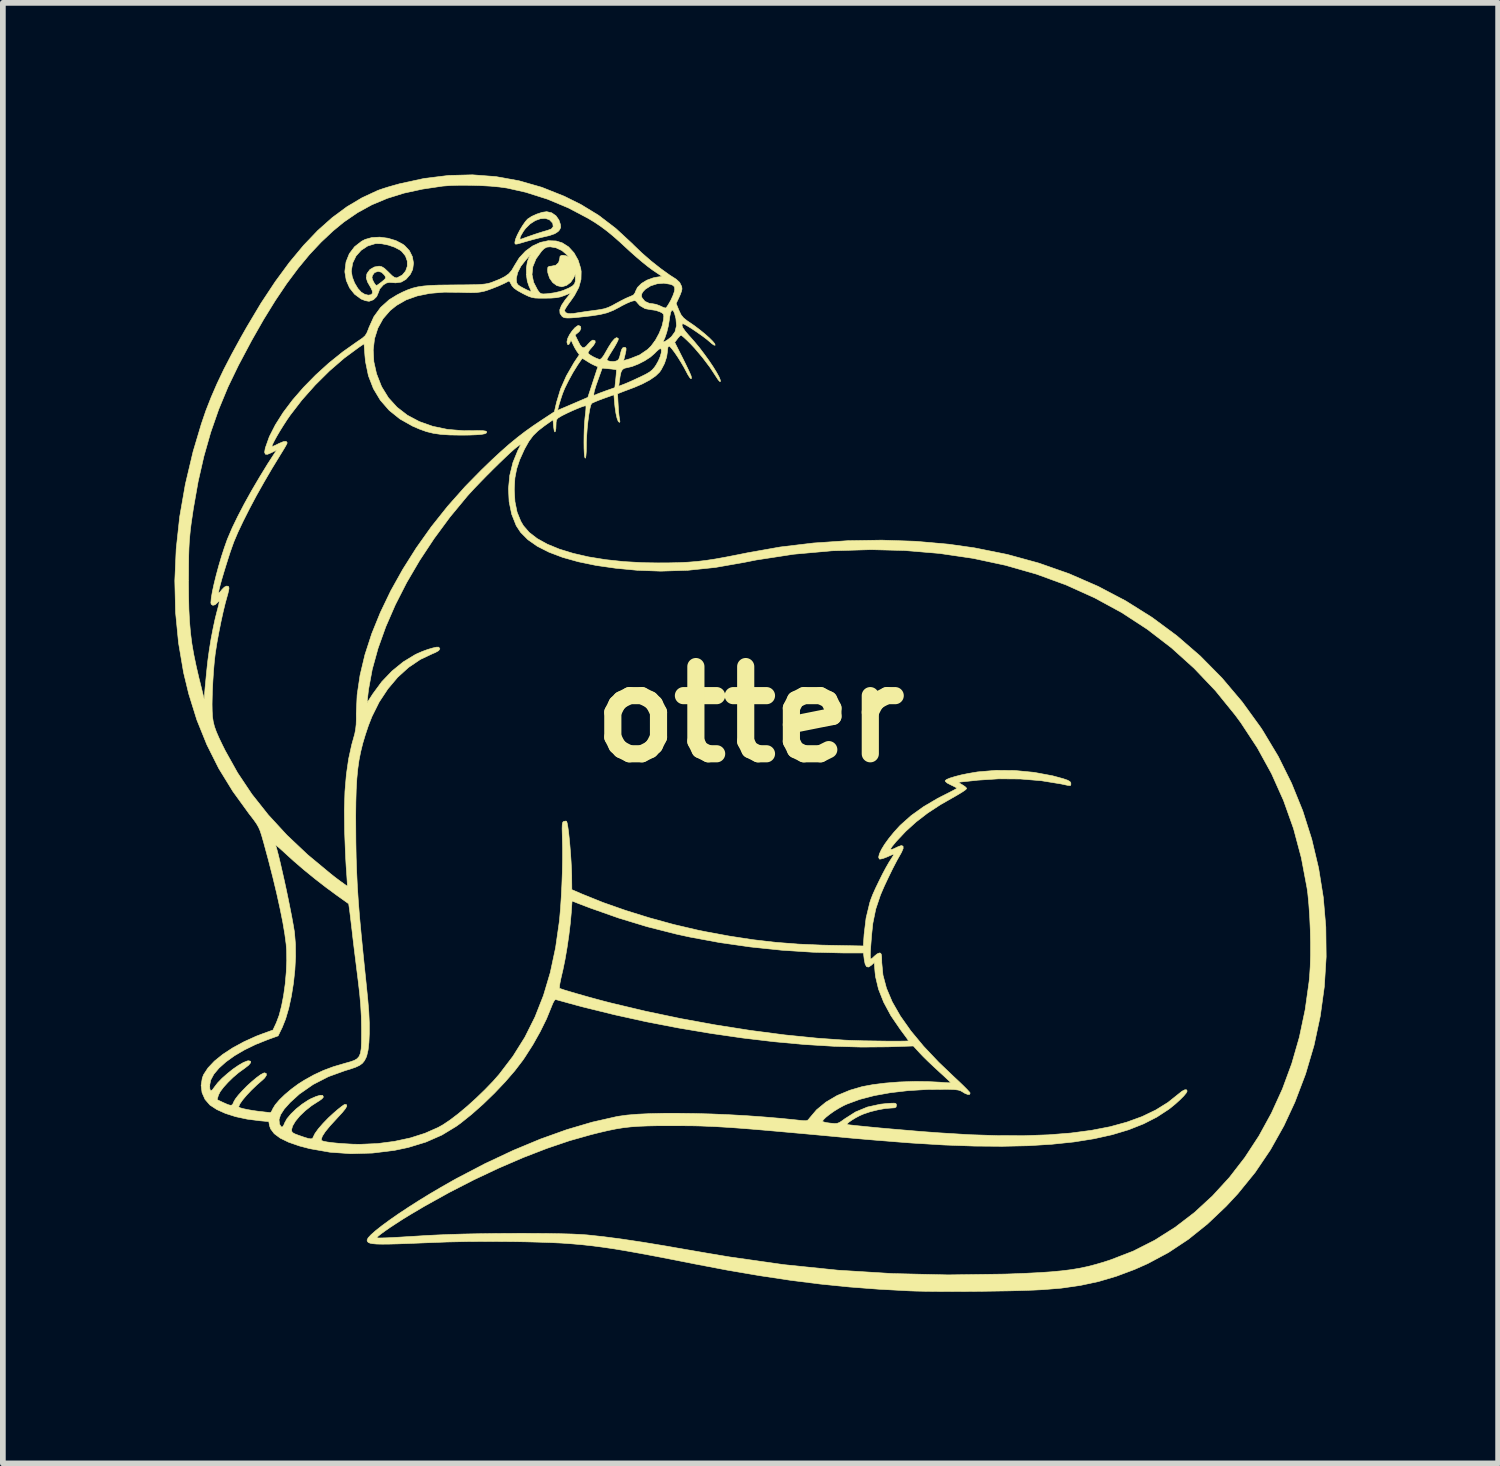
<source format=kicad_pcb>
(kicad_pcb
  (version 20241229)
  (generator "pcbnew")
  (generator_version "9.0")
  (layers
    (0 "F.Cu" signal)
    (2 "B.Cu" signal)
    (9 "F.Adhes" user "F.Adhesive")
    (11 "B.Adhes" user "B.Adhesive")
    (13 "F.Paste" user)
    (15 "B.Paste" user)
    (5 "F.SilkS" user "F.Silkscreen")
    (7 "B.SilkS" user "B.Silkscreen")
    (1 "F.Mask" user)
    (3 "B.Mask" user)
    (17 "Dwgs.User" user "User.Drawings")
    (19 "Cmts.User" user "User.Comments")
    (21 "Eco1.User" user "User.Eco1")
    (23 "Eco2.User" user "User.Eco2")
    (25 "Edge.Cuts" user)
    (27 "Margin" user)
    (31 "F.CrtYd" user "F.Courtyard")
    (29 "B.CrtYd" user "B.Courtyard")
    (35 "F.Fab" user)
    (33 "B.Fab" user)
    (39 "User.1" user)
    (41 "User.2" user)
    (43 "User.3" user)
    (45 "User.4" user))
  (footprint "otter"
    (layer "F.Cu")
    (at 10.054 9.433)
    (property "Reference" "otter" (at 0 0 0) (layer "F.SilkS") (effects (font (size 1.524 1.524) (thickness 0.3))))
    (attr through_hole)
    (fp_poly (pts (xy -3.465 -8.765) (xy -3.389 -8.713) (xy -3.337 -8.639) (xy -3.335 -8.634) (xy -3.31 -8.559) (xy -3.306 -8.508) (xy -3.325 -8.467) (xy -3.352 -8.436) (xy -3.409 -8.399) (xy -3.504 -8.366) (xy -3.569 -8.351) (xy -3.676 -8.326) (xy -3.798 -8.295) (xy -3.907 -8.264) (xy -3.908 -8.264) (xy -3.999 -8.237) (xy -4.057 -8.221) (xy -4.089 -8.216) (xy -4.103 -8.222) (xy -4.106 -8.237) (xy -4.106 -8.252) (xy -4.095 -8.303) (xy -4.088 -8.319) (xy -4.02 -8.319) (xy -4.009 -8.302) (xy -3.985 -8.308) (xy -3.948 -8.322) (xy -3.884 -8.345) (xy -3.803 -8.373) (xy -3.778 -8.382) (xy -3.69 -8.411) (xy -3.61 -8.436) (xy -3.551 -8.453) (xy -3.542 -8.455) (xy -3.469 -8.482) (xy -3.437 -8.522) (xy -3.444 -8.576) (xy -3.451 -8.589) (xy -3.503 -8.643) (xy -3.575 -8.667) (xy -3.659 -8.661) (xy -3.749 -8.629) (xy -3.838 -8.572) (xy -3.919 -8.492) (xy -3.956 -8.443) (xy -4.002 -8.365) (xy -4.02 -8.319) (xy -4.088 -8.319) (xy -4.064 -8.376) (xy -4.021 -8.459) (xy -3.971 -8.542) (xy -3.922 -8.612) (xy -3.884 -8.655) (xy -3.814 -8.701) (xy -3.723 -8.742) (xy -3.629 -8.773) (xy -3.55 -8.784) (xy -3.465 -8.765)) (stroke (width 0.01) (type solid)) (fill yes) (layer "F.SilkS"))
    (fp_poly (pts (xy -6.324 -8.32) (xy -6.185 -8.278) (xy -6.063 -8.214) (xy -6.034 -8.192) (xy -5.95 -8.103) (xy -5.898 -7.998) (xy -5.878 -7.886) (xy -5.892 -7.775) (xy -5.934 -7.688) (xy -6.01 -7.601) (xy -6.093 -7.553) (xy -6.191 -7.54) (xy -6.229 -7.543) (xy -6.3 -7.548) (xy -6.349 -7.538) (xy -6.396 -7.51) (xy -6.406 -7.503) (xy -6.469 -7.432) (xy -6.489 -7.376) (xy -6.521 -7.301) (xy -6.578 -7.245) (xy -6.649 -7.219) (xy -6.665 -7.219) (xy -6.72 -7.229) (xy -6.785 -7.254) (xy -6.797 -7.26) (xy -6.908 -7.342) (xy -6.995 -7.452) (xy -7.053 -7.583) (xy -7.077 -7.726) (xy -7.077 -7.741) (xy -6.964 -7.741) (xy -6.948 -7.644) (xy -6.908 -7.539) (xy -6.85 -7.442) (xy -6.791 -7.377) (xy -6.73 -7.34) (xy -6.668 -7.325) (xy -6.619 -7.333) (xy -6.595 -7.359) (xy -6.598 -7.4) (xy -6.624 -7.457) (xy -6.632 -7.47) (xy -6.681 -7.555) (xy -6.702 -7.623) (xy -6.7 -7.637) (xy -6.604 -7.637) (xy -6.595 -7.598) (xy -6.572 -7.55) (xy -6.546 -7.51) (xy -6.525 -7.493) (xy -6.504 -7.505) (xy -6.462 -7.536) (xy -6.433 -7.558) (xy -6.385 -7.598) (xy -6.365 -7.624) (xy -6.37 -7.649) (xy -6.385 -7.675) (xy -6.436 -7.725) (xy -6.497 -7.741) (xy -6.554 -7.721) (xy -6.563 -7.714) (xy -6.594 -7.671) (xy -6.604 -7.637) (xy -6.7 -7.637) (xy -6.696 -7.684) (xy -6.688 -7.707) (xy -6.639 -7.773) (xy -6.563 -7.817) (xy -6.479 -7.832) (xy -6.434 -7.823) (xy -6.386 -7.794) (xy -6.325 -7.737) (xy -6.311 -7.723) (xy -6.251 -7.664) (xy -6.208 -7.634) (xy -6.175 -7.627) (xy -6.164 -7.629) (xy -6.075 -7.676) (xy -6.016 -7.746) (xy -5.986 -7.831) (xy -5.987 -7.922) (xy -6.019 -8.011) (xy -6.084 -8.09) (xy -6.119 -8.116) (xy -6.211 -8.164) (xy -6.321 -8.201) (xy -6.432 -8.223) (xy -6.529 -8.227) (xy -6.546 -8.225) (xy -6.679 -8.184) (xy -6.793 -8.109) (xy -6.882 -8.009) (xy -6.941 -7.887) (xy -6.964 -7.753) (xy -6.964 -7.741) (xy -7.077 -7.741) (xy -7.077 -7.747) (xy -7.057 -7.906) (xy -7 -8.049) (xy -6.908 -8.171) (xy -6.785 -8.267) (xy -6.723 -8.299) (xy -6.605 -8.332) (xy -6.468 -8.339) (xy -6.324 -8.32)) (stroke (width 0.01) (type solid)) (fill yes) (layer "F.SilkS"))
    (fp_poly (pts (xy -4.438 -9.397) (xy -4.034 -9.324) (xy -3.636 -9.21) (xy -3.244 -9.054) (xy -2.951 -8.908) (xy -2.643 -8.72) (xy -2.343 -8.491) (xy -2.052 -8.222) (xy -2.032 -8.201) (xy -1.887 -8.062) (xy -1.726 -7.922) (xy -1.559 -7.79) (xy -1.399 -7.675) (xy -1.288 -7.604) (xy -1.227 -7.548) (xy -1.191 -7.475) (xy -1.186 -7.434) (xy -1.194 -7.395) (xy -1.216 -7.335) (xy -1.237 -7.288) (xy -1.288 -7.179) (xy -1.239 -7.059) (xy -1.203 -6.983) (xy -1.159 -6.928) (xy -1.094 -6.876) (xy -1.077 -6.865) (xy -0.976 -6.796) (xy -0.878 -6.722) (xy -0.787 -6.648) (xy -0.709 -6.579) (xy -0.649 -6.519) (xy -0.613 -6.475) (xy -0.607 -6.45) (xy -0.627 -6.452) (xy -0.666 -6.479) (xy -0.696 -6.505) (xy -0.75 -6.551) (xy -0.829 -6.611) (xy -0.921 -6.676) (xy -1.014 -6.739) (xy -1.097 -6.79) (xy -1.138 -6.813) (xy -1.173 -6.827) (xy -1.184 -6.813) (xy -1.185 -6.793) (xy -1.17 -6.754) (xy -1.129 -6.695) (xy -1.067 -6.622) (xy -1.05 -6.604) (xy -0.968 -6.511) (xy -0.881 -6.406) (xy -0.796 -6.294) (xy -0.715 -6.182) (xy -0.643 -6.075) (xy -0.583 -5.978) (xy -0.539 -5.898) (xy -0.516 -5.84) (xy -0.514 -5.815) (xy -0.528 -5.817) (xy -0.556 -5.849) (xy -0.584 -5.892) (xy -0.695 -6.061) (xy -0.827 -6.236) (xy -0.965 -6.399) (xy -1.033 -6.472) (xy -1.098 -6.536) (xy -1.153 -6.587) (xy -1.19 -6.618) (xy -1.202 -6.625) (xy -1.225 -6.61) (xy -1.259 -6.572) (xy -1.266 -6.562) (xy -1.313 -6.5) (xy -1.176 -6.229) (xy -1.126 -6.128) (xy -1.082 -6.037) (xy -1.048 -5.964) (xy -1.029 -5.918) (xy -1.026 -5.911) (xy -1.02 -5.871) (xy -1.03 -5.864) (xy -1.053 -5.888) (xy -1.085 -5.939) (xy -1.107 -5.981) (xy -1.151 -6.064) (xy -1.204 -6.154) (xy -1.259 -6.242) (xy -1.313 -6.322) (xy -1.361 -6.385) (xy -1.396 -6.425) (xy -1.412 -6.435) (xy -1.432 -6.415) (xy -1.439 -6.357) (xy -1.439 -6.35) (xy -1.454 -6.246) (xy -1.492 -6.131) (xy -1.549 -6.022) (xy -1.577 -5.981) (xy -1.646 -5.914) (xy -1.749 -5.843) (xy -1.879 -5.774) (xy -2.028 -5.71) (xy -2.043 -5.705) (xy -2.125 -5.674) (xy -2.2 -5.646) (xy -2.251 -5.626) (xy -2.251 -5.626) (xy -2.312 -5.602) (xy -2.301 -5.399) (xy -2.295 -5.305) (xy -2.287 -5.223) (xy -2.279 -5.165) (xy -2.275 -5.149) (xy -2.271 -5.112) (xy -2.28 -5.101) (xy -2.301 -5.121) (xy -2.322 -5.177) (xy -2.341 -5.262) (xy -2.357 -5.371) (xy -2.362 -5.422) (xy -2.376 -5.584) (xy -2.559 -5.519) (xy -2.642 -5.488) (xy -2.712 -5.459) (xy -2.757 -5.438) (xy -2.766 -5.431) (xy -2.782 -5.398) (xy -2.798 -5.33) (xy -2.814 -5.236) (xy -2.829 -5.123) (xy -2.842 -5) (xy -2.851 -4.875) (xy -2.857 -4.755) (xy -2.857 -4.697) (xy -2.859 -4.587) (xy -2.865 -4.513) (xy -2.873 -4.479) (xy -2.879 -4.477) (xy -2.888 -4.503) (xy -2.894 -4.563) (xy -2.898 -4.649) (xy -2.899 -4.753) (xy -2.898 -4.867) (xy -2.895 -4.982) (xy -2.889 -5.091) (xy -2.881 -5.185) (xy -2.877 -5.218) (xy -2.868 -5.297) (xy -2.864 -5.357) (xy -2.865 -5.39) (xy -2.866 -5.392) (xy -2.89 -5.389) (xy -2.942 -5.372) (xy -3.015 -5.343) (xy -3.099 -5.307) (xy -3.184 -5.268) (xy -3.263 -5.229) (xy -3.297 -5.211) (xy -3.351 -5.178) (xy -3.378 -5.147) (xy -3.386 -5.103) (xy -3.387 -5.069) (xy -3.39 -4.992) (xy -3.398 -4.946) (xy -3.409 -4.935) (xy -3.42 -4.961) (xy -3.429 -5.023) (xy -3.44 -5.147) (xy -3.59 -5.041) (xy -3.701 -4.955) (xy -3.788 -4.87) (xy -3.862 -4.77) (xy -3.933 -4.644) (xy -3.943 -4.624) (xy -4.022 -4.449) (xy -4.075 -4.29) (xy -4.106 -4.13) (xy -4.116 -3.957) (xy -4.117 -3.926) (xy -4.105 -3.716) (xy -4.068 -3.534) (xy -4.004 -3.376) (xy -3.958 -3.297) (xy -3.856 -3.179) (xy -3.716 -3.071) (xy -3.539 -2.973) (xy -3.329 -2.887) (xy -3.088 -2.813) (xy -2.818 -2.751) (xy -2.522 -2.703) (xy -2.203 -2.669) (xy -1.863 -2.65) (xy -1.609 -2.646) (xy -1.412 -2.647) (xy -1.237 -2.651) (xy -1.078 -2.659) (xy -0.925 -2.671) (xy -0.771 -2.689) (xy -0.606 -2.714) (xy -0.423 -2.747) (xy -0.213 -2.788) (xy -0.034 -2.824) (xy 0.53 -2.924) (xy 1.114 -2.994) (xy 1.708 -3.034) (xy 2.304 -3.044) (xy 2.896 -3.024) (xy 3.473 -2.973) (xy 3.926 -2.909) (xy 4.498 -2.794) (xy 5.049 -2.643) (xy 5.579 -2.457) (xy 6.086 -2.236) (xy 6.569 -1.982) (xy 7.028 -1.694) (xy 7.462 -1.373) (xy 7.87 -1.02) (xy 8.25 -0.635) (xy 8.602 -0.219) (xy 8.926 0.228) (xy 8.964 0.286) (xy 9.234 0.736) (xy 9.466 1.204) (xy 9.662 1.687) (xy 9.819 2.182) (xy 9.939 2.688) (xy 10.021 3.2) (xy 10.065 3.718) (xy 10.071 4.237) (xy 10.039 4.757) (xy 9.968 5.273) (xy 9.859 5.784) (xy 9.711 6.286) (xy 9.524 6.778) (xy 9.333 7.189) (xy 9.097 7.61) (xy 8.83 8.005) (xy 8.527 8.378) (xy 8.32 8.6) (xy 7.996 8.907) (xy 7.662 9.175) (xy 7.315 9.405) (xy 6.952 9.599) (xy 6.72 9.702) (xy 6.404 9.82) (xy 6.093 9.912) (xy 5.775 9.98) (xy 5.439 10.028) (xy 5.122 10.054) (xy 4.96 10.062) (xy 4.762 10.069) (xy 4.539 10.075) (xy 4.296 10.079) (xy 4.043 10.083) (xy 3.788 10.085) (xy 3.537 10.086) (xy 3.299 10.085) (xy 3.083 10.083) (xy 2.895 10.079) (xy 2.786 10.075) (xy 2.263 10.047) (xy 1.747 10.008) (xy 1.231 9.956) (xy 0.708 9.89) (xy 0.169 9.809) (xy -0.393 9.713) (xy -0.986 9.6) (xy -0.994 9.598) (xy -1.329 9.532) (xy -1.627 9.474) (xy -1.894 9.424) (xy -2.134 9.381) (xy -2.353 9.344) (xy -2.555 9.314) (xy -2.745 9.289) (xy -2.928 9.269) (xy -3.11 9.253) (xy -3.294 9.24) (xy -3.487 9.231) (xy -3.692 9.224) (xy -3.916 9.218) (xy -4.149 9.214) (xy -4.545 9.211) (xy -4.919 9.213) (xy -5.291 9.221) (xy -5.681 9.236) (xy -5.731 9.238) (xy -5.959 9.247) (xy -6.149 9.254) (xy -6.303 9.258) (xy -6.425 9.259) (xy -6.52 9.257) (xy -6.589 9.251) (xy -6.637 9.242) (xy -6.667 9.229) (xy -6.683 9.212) (xy -6.689 9.191) (xy -6.689 9.187) (xy -6.671 9.149) (xy -6.619 9.093) (xy -6.537 9.021) (xy -6.428 8.935) (xy -6.296 8.838) (xy -6.144 8.732) (xy -5.975 8.62) (xy -5.792 8.503) (xy -5.6 8.385) (xy -5.4 8.267) (xy -5.198 8.152) (xy -5.128 8.113) (xy -4.627 7.851) (xy -4.137 7.621) (xy -3.661 7.423) (xy -3.2 7.258) (xy -2.756 7.127) (xy -2.333 7.031) (xy -2.288 7.023) (xy -2.143 7.003) (xy -1.961 6.988) (xy -1.747 6.978) (xy -1.505 6.972) (xy -1.241 6.972) (xy -0.96 6.976) (xy -0.665 6.984) (xy -0.362 6.997) (xy -0.057 7.014) (xy 0.247 7.036) (xy 0.544 7.061) (xy 0.83 7.09) (xy 0.836 7.091) (xy 0.921 7.1) (xy 0.974 7.102) (xy 1.005 7.096) (xy 1.025 7.08) (xy 1.037 7.063) (xy 1.165 6.912) (xy 1.329 6.777) (xy 1.524 6.662) (xy 1.748 6.569) (xy 1.963 6.506) (xy 2.151 6.471) (xy 2.368 6.444) (xy 2.604 6.425) (xy 2.848 6.416) (xy 3.088 6.417) (xy 3.312 6.428) (xy 3.35 6.431) (xy 3.426 6.437) (xy 3.482 6.439) (xy 3.508 6.436) (xy 3.509 6.434) (xy 3.492 6.416) (xy 3.449 6.376) (xy 3.387 6.318) (xy 3.311 6.249) (xy 3.291 6.23) (xy 3.2 6.146) (xy 3.108 6.059) (xy 3.027 5.979) (xy 2.968 5.917) (xy 2.857 5.796) (xy 2.408 5.811) (xy 1.954 5.815) (xy 1.468 5.801) (xy 0.956 5.77) (xy 0.422 5.721) (xy -0.127 5.656) (xy -0.687 5.575) (xy -1.252 5.48) (xy -1.816 5.371) (xy -2.373 5.248) (xy -2.92 5.113) (xy -3.014 5.088) (xy -3.132 5.056) (xy -3.236 5.027) (xy -3.32 5.004) (xy -3.375 4.989) (xy -3.395 4.983) (xy -3.413 4.996) (xy -3.439 5.042) (xy -3.468 5.111) (xy -3.47 5.117) (xy -3.554 5.323) (xy -3.664 5.546) (xy -3.792 5.774) (xy -3.934 5.996) (xy -3.969 6.047) (xy -4.108 6.229) (xy -4.275 6.422) (xy -4.462 6.619) (xy -4.66 6.811) (xy -4.862 6.99) (xy -5.058 7.147) (xy -5.133 7.201) (xy -5.382 7.352) (xy -5.662 7.475) (xy -5.97 7.569) (xy -6.212 7.62) (xy -6.594 7.667) (xy -6.972 7.678) (xy -7.339 7.652) (xy -7.691 7.59) (xy -7.874 7.542) (xy -8.061 7.477) (xy -8.207 7.406) (xy -8.312 7.328) (xy -8.375 7.244) (xy -8.394 7.188) (xy -8.407 7.117) (xy -8.569 7.102) (xy -8.714 7.083) (xy -8.228 7.083) (xy -8.22 7.157) (xy -8.217 7.165) (xy -8.191 7.208) (xy -8.167 7.211) (xy -8.143 7.174) (xy -8.13 7.141) (xy -8.089 7.067) (xy -8.019 6.983) (xy -7.928 6.895) (xy -7.825 6.813) (xy -7.72 6.744) (xy -7.674 6.719) (xy -7.578 6.677) (xy -7.508 6.657) (xy -7.465 6.659) (xy -7.454 6.684) (xy -7.456 6.694) (xy -7.479 6.72) (xy -7.525 6.754) (xy -7.541 6.763) (xy -7.659 6.839) (xy -7.77 6.927) (xy -7.866 7.019) (xy -7.942 7.111) (xy -7.991 7.194) (xy -8.008 7.255) (xy -8.006 7.287) (xy -7.989 7.311) (xy -7.949 7.333) (xy -7.885 7.357) (xy -7.783 7.392) (xy -7.714 7.413) (xy -7.671 7.419) (xy -7.646 7.413) (xy -7.633 7.395) (xy -7.631 7.388) (xy -7.599 7.324) (xy -7.54 7.242) (xy -7.459 7.149) (xy -7.364 7.051) (xy -7.276 6.97) (xy -7.203 6.907) (xy -7.14 6.857) (xy -7.095 6.825) (xy -7.076 6.816) (xy -7.047 6.823) (xy -7.044 6.847) (xy -7.068 6.891) (xy -7.121 6.957) (xy -7.205 7.048) (xy -7.221 7.066) (xy -7.336 7.191) (xy -7.42 7.293) (xy -7.471 7.372) (xy -7.489 7.426) (xy -7.482 7.449) (xy -7.45 7.461) (xy -7.384 7.474) (xy -7.292 7.486) (xy -7.181 7.497) (xy -7.061 7.505) (xy -6.938 7.512) (xy -6.821 7.514) (xy -6.808 7.514) (xy -6.506 7.501) (xy -6.213 7.463) (xy -5.934 7.403) (xy -5.677 7.321) (xy -5.448 7.22) (xy -5.362 7.172) (xy -5.237 7.088) (xy -5.093 6.978) (xy -4.939 6.849) (xy -4.781 6.706) (xy -4.628 6.558) (xy -4.487 6.412) (xy -4.38 6.29) (xy -4.14 5.975) (xy -3.932 5.643) (xy -3.755 5.289) (xy -3.607 4.913) (xy -3.562 4.763) (xy -3.328 4.763) (xy -3.327 4.787) (xy -3.302 4.797) (xy -3.243 4.817) (xy -3.156 4.843) (xy -3.048 4.875) (xy -2.925 4.91) (xy -2.794 4.947) (xy -2.662 4.983) (xy -2.535 5.017) (xy -2.421 5.046) (xy -1.824 5.188) (xy -1.214 5.316) (xy -0.6 5.428) (xy 0.011 5.524) (xy 0.608 5.602) (xy 1.185 5.66) (xy 1.651 5.693) (xy 1.743 5.697) (xy 1.857 5.701) (xy 1.985 5.705) (xy 2.122 5.707) (xy 2.26 5.709) (xy 2.395 5.711) (xy 2.518 5.711) (xy 2.624 5.711) (xy 2.706 5.71) (xy 2.757 5.708) (xy 2.773 5.705) (xy 2.761 5.686) (xy 2.729 5.641) (xy 2.681 5.576) (xy 2.629 5.506) (xy 2.465 5.266) (xy 2.338 5.03) (xy 2.248 4.802) (xy 2.196 4.584) (xy 2.187 4.503) (xy 2.174 4.338) (xy 2.125 4.383) (xy 2.077 4.416) (xy 2.041 4.411) (xy 2.015 4.367) (xy 1.999 4.288) (xy 1.985 4.17) (xy 1.622 4.17) (xy 1.097 4.157) (xy 0.555 4.122) (xy 0.009 4.065) (xy -0.53 3.988) (xy -1.048 3.892) (xy -1.287 3.84) (xy -1.795 3.711) (xy -2.292 3.56) (xy -2.794 3.383) (xy -2.998 3.305) (xy -3.107 3.262) (xy -3.121 3.467) (xy -3.138 3.654) (xy -3.163 3.862) (xy -3.194 4.075) (xy -3.229 4.28) (xy -3.266 4.462) (xy -3.282 4.53) (xy -3.304 4.626) (xy -3.32 4.706) (xy -3.328 4.763) (xy -3.562 4.763) (xy -3.487 4.51) (xy -3.395 4.079) (xy -3.329 3.617) (xy -3.324 3.567) (xy -3.309 3.394) (xy -3.296 3.192) (xy -3.285 2.974) (xy -3.277 2.75) (xy -3.273 2.535) (xy -3.273 2.339) (xy -3.276 2.207) (xy -3.279 2.083) (xy -3.281 1.994) (xy -3.279 1.935) (xy -3.274 1.899) (xy -3.265 1.88) (xy -3.251 1.871) (xy -3.215 1.865) (xy -3.203 1.87) (xy -3.193 1.899) (xy -3.181 1.964) (xy -3.168 2.057) (xy -3.156 2.172) (xy -3.144 2.301) (xy -3.133 2.438) (xy -3.124 2.575) (xy -3.117 2.706) (xy -3.113 2.823) (xy -3.113 2.86) (xy -3.111 3.064) (xy -2.932 3.141) (xy -2.567 3.288) (xy -2.171 3.427) (xy -1.756 3.556) (xy -1.334 3.672) (xy -0.915 3.77) (xy -0.783 3.797) (xy -0.355 3.876) (xy 0.05 3.938) (xy 0.445 3.984) (xy 0.843 4.015) (xy 1.259 4.033) (xy 1.388 4.036) (xy 1.983 4.048) (xy 1.996 3.85) (xy 2.031 3.559) (xy 2.096 3.29) (xy 2.116 3.23) (xy 2.149 3.145) (xy 2.198 3.036) (xy 2.257 2.914) (xy 2.319 2.789) (xy 2.38 2.675) (xy 2.434 2.581) (xy 2.458 2.544) (xy 2.492 2.491) (xy 2.514 2.455) (xy 2.519 2.445) (xy 2.501 2.448) (xy 2.456 2.466) (xy 2.403 2.49) (xy 2.337 2.516) (xy 2.286 2.529) (xy 2.263 2.529) (xy 2.25 2.497) (xy 2.263 2.44) (xy 2.299 2.363) (xy 2.355 2.271) (xy 2.429 2.169) (xy 2.517 2.061) (xy 2.615 1.953) (xy 2.634 1.934) (xy 2.818 1.77) (xy 3.037 1.613) (xy 3.283 1.468) (xy 3.413 1.402) (xy 3.496 1.36) (xy 3.563 1.325) (xy 3.607 1.3) (xy 3.619 1.291) (xy 3.601 1.278) (xy 3.555 1.254) (xy 3.511 1.233) (xy 3.449 1.201) (xy 3.416 1.172) (xy 3.413 1.159) (xy 3.439 1.138) (xy 3.499 1.113) (xy 3.588 1.086) (xy 3.697 1.058) (xy 3.82 1.033) (xy 3.95 1.011) (xy 3.981 1.006) (xy 4.3 0.979) (xy 4.633 0.982) (xy 4.967 1.014) (xy 5.29 1.074) (xy 5.477 1.125) (xy 5.552 1.151) (xy 5.593 1.174) (xy 5.609 1.199) (xy 5.609 1.207) (xy 5.609 1.23) (xy 5.605 1.242) (xy 5.587 1.245) (xy 5.548 1.24) (xy 5.479 1.225) (xy 5.436 1.216) (xy 5.092 1.16) (xy 4.727 1.13) (xy 4.351 1.127) (xy 3.979 1.151) (xy 3.958 1.154) (xy 3.852 1.165) (xy 3.76 1.175) (xy 3.691 1.182) (xy 3.655 1.186) (xy 3.651 1.186) (xy 3.655 1.195) (xy 3.687 1.217) (xy 3.709 1.229) (xy 3.758 1.261) (xy 3.786 1.289) (xy 3.788 1.297) (xy 3.771 1.317) (xy 3.723 1.351) (xy 3.653 1.394) (xy 3.593 1.429) (xy 3.332 1.578) (xy 3.106 1.726) (xy 2.906 1.88) (xy 2.725 2.044) (xy 2.555 2.225) (xy 2.541 2.242) (xy 2.485 2.31) (xy 2.46 2.35) (xy 2.467 2.364) (xy 2.508 2.352) (xy 2.583 2.317) (xy 2.59 2.313) (xy 2.647 2.293) (xy 2.677 2.304) (xy 2.679 2.344) (xy 2.651 2.41) (xy 2.64 2.43) (xy 2.571 2.552) (xy 2.495 2.698) (xy 2.419 2.854) (xy 2.348 3.005) (xy 2.291 3.137) (xy 2.28 3.164) (xy 2.2 3.403) (xy 2.149 3.652) (xy 2.128 3.852) (xy 2.12 3.955) (xy 2.112 4.06) (xy 2.106 4.145) (xy 2.106 4.154) (xy 2.104 4.219) (xy 2.107 4.263) (xy 2.114 4.276) (xy 2.138 4.262) (xy 2.176 4.227) (xy 2.18 4.223) (xy 2.225 4.186) (xy 2.265 4.17) (xy 2.267 4.17) (xy 2.286 4.175) (xy 2.297 4.196) (xy 2.303 4.24) (xy 2.305 4.318) (xy 2.305 4.338) (xy 2.326 4.557) (xy 2.387 4.786) (xy 2.488 5.025) (xy 2.63 5.273) (xy 2.813 5.532) (xy 3.036 5.801) (xy 3.3 6.08) (xy 3.564 6.332) (xy 3.654 6.416) (xy 3.733 6.492) (xy 3.795 6.554) (xy 3.835 6.598) (xy 3.849 6.617) (xy 3.841 6.642) (xy 3.807 6.643) (xy 3.757 6.623) (xy 3.721 6.601) (xy 3.685 6.58) (xy 3.642 6.566) (xy 3.582 6.558) (xy 3.494 6.554) (xy 3.443 6.553) (xy 3.096 6.556) (xy 2.765 6.576) (xy 2.456 6.612) (xy 2.173 6.663) (xy 1.92 6.729) (xy 1.702 6.809) (xy 1.64 6.837) (xy 1.556 6.883) (xy 1.47 6.936) (xy 1.391 6.992) (xy 1.326 7.044) (xy 1.283 7.087) (xy 1.27 7.112) (xy 1.289 7.123) (xy 1.339 7.135) (xy 1.404 7.144) (xy 1.477 7.151) (xy 1.526 7.148) (xy 1.569 7.131) (xy 1.621 7.096) (xy 1.653 7.072) (xy 1.846 6.949) (xy 2.053 6.863) (xy 2.281 6.813) (xy 2.386 6.802) (xy 2.472 6.796) (xy 2.524 6.795) (xy 2.55 6.801) (xy 2.56 6.815) (xy 2.561 6.834) (xy 2.555 6.863) (xy 2.531 6.876) (xy 2.475 6.88) (xy 2.471 6.88) (xy 2.367 6.888) (xy 2.24 6.911) (xy 2.106 6.944) (xy 1.987 6.984) (xy 1.92 7.013) (xy 1.85 7.05) (xy 1.784 7.09) (xy 1.731 7.127) (xy 1.701 7.155) (xy 1.699 7.167) (xy 1.722 7.172) (xy 1.783 7.179) (xy 1.875 7.189) (xy 1.994 7.201) (xy 2.136 7.215) (xy 2.293 7.23) (xy 2.463 7.245) (xy 2.639 7.26) (xy 2.816 7.275) (xy 2.99 7.29) (xy 3.155 7.302) (xy 3.302 7.313) (xy 3.838 7.346) (xy 4.335 7.362) (xy 4.795 7.363) (xy 5.22 7.348) (xy 5.611 7.317) (xy 5.968 7.27) (xy 6.294 7.207) (xy 6.589 7.126) (xy 6.855 7.029) (xy 7.094 6.914) (xy 7.305 6.783) (xy 7.482 6.642) (xy 7.552 6.586) (xy 7.604 6.56) (xy 7.634 6.563) (xy 7.641 6.585) (xy 7.625 6.618) (xy 7.582 6.67) (xy 7.517 6.735) (xy 7.438 6.807) (xy 7.35 6.879) (xy 7.317 6.904) (xy 7.112 7.038) (xy 6.881 7.156) (xy 6.621 7.259) (xy 6.332 7.346) (xy 6.013 7.417) (xy 5.662 7.473) (xy 5.278 7.513) (xy 4.861 7.539) (xy 4.409 7.549) (xy 3.921 7.545) (xy 3.396 7.526) (xy 2.833 7.492) (xy 2.561 7.471) (xy 2.39 7.457) (xy 2.21 7.443) (xy 2.033 7.428) (xy 1.87 7.414) (xy 1.733 7.402) (xy 1.683 7.397) (xy 1.319 7.363) (xy 0.993 7.333) (xy 0.703 7.307) (xy 0.446 7.284) (xy 0.217 7.264) (xy 0.013 7.247) (xy -0.168 7.233) (xy -0.33 7.221) (xy -0.477 7.212) (xy -0.612 7.204) (xy -0.738 7.199) (xy -0.858 7.194) (xy -0.976 7.191) (xy -1.095 7.19) (xy -1.219 7.189) (xy -1.351 7.189) (xy -1.386 7.189) (xy -1.603 7.189) (xy -1.785 7.193) (xy -1.941 7.199) (xy -2.08 7.209) (xy -2.211 7.224) (xy -2.341 7.245) (xy -2.478 7.273) (xy -2.632 7.309) (xy -2.779 7.346) (xy -3.151 7.451) (xy -3.546 7.585) (xy -3.96 7.745) (xy -4.385 7.928) (xy -4.818 8.132) (xy -5.251 8.354) (xy -5.68 8.592) (xy -5.939 8.745) (xy -6.06 8.819) (xy -6.177 8.895) (xy -6.286 8.966) (xy -6.379 9.031) (xy -6.453 9.085) (xy -6.501 9.124) (xy -6.519 9.145) (xy -6.519 9.145) (xy -6.514 9.148) (xy -6.498 9.151) (xy -6.466 9.151) (xy -6.416 9.15) (xy -6.342 9.148) (xy -6.243 9.143) (xy -6.114 9.136) (xy -5.951 9.126) (xy -5.752 9.114) (xy -5.641 9.107) (xy -5.453 9.098) (xy -5.24 9.089) (xy -5.006 9.082) (xy -4.759 9.077) (xy -4.502 9.073) (xy -4.244 9.071) (xy -3.988 9.07) (xy -3.74 9.071) (xy -3.508 9.073) (xy -3.295 9.077) (xy -3.108 9.082) (xy -2.953 9.09) (xy -2.847 9.097) (xy -2.559 9.128) (xy -2.231 9.171) (xy -1.865 9.226) (xy -1.459 9.293) (xy -1.272 9.326) (xy -1.098 9.356) (xy -0.912 9.388) (xy -0.727 9.42) (xy -0.553 9.449) (xy -0.404 9.474) (xy -0.349 9.483) (xy 0.593 9.617) (xy 1.54 9.714) (xy 2.495 9.773) (xy 3.463 9.796) (xy 4.448 9.782) (xy 4.551 9.779) (xy 4.824 9.768) (xy 5.061 9.756) (xy 5.267 9.742) (xy 5.448 9.725) (xy 5.611 9.705) (xy 5.761 9.68) (xy 5.903 9.65) (xy 6.045 9.613) (xy 6.191 9.57) (xy 6.307 9.532) (xy 6.7 9.38) (xy 7.075 9.19) (xy 7.432 8.964) (xy 7.77 8.705) (xy 8.086 8.414) (xy 8.38 8.093) (xy 8.65 7.744) (xy 8.896 7.368) (xy 9.115 6.968) (xy 9.307 6.546) (xy 9.47 6.103) (xy 9.603 5.641) (xy 9.704 5.162) (xy 9.773 4.668) (xy 9.781 4.586) (xy 9.792 4.413) (xy 9.798 4.211) (xy 9.798 3.989) (xy 9.793 3.759) (xy 9.783 3.532) (xy 9.768 3.319) (xy 9.75 3.131) (xy 9.737 3.037) (xy 9.637 2.507) (xy 9.501 1.997) (xy 9.327 1.508) (xy 9.117 1.038) (xy 8.868 0.585) (xy 8.581 0.148) (xy 8.48 0.011) (xy 8.136 -0.413) (xy 7.764 -0.804) (xy 7.367 -1.162) (xy 6.944 -1.487) (xy 6.496 -1.779) (xy 6.024 -2.036) (xy 5.528 -2.26) (xy 5.008 -2.45) (xy 4.465 -2.605) (xy 3.9 -2.726) (xy 3.313 -2.812) (xy 2.704 -2.863) (xy 2.117 -2.878) (xy 1.436 -2.858) (xy 0.767 -2.798) (xy 0.11 -2.697) (xy -0.106 -2.654) (xy -0.603 -2.567) (xy -1.084 -2.517) (xy -1.557 -2.502) (xy -1.968 -2.517) (xy -2.344 -2.553) (xy -2.687 -2.602) (xy -2.997 -2.666) (xy -3.272 -2.743) (xy -3.512 -2.834) (xy -3.715 -2.937) (xy -3.88 -3.053) (xy -4.007 -3.181) (xy -4.083 -3.297) (xy -4.162 -3.497) (xy -4.207 -3.715) (xy -4.218 -3.943) (xy -4.196 -4.175) (xy -4.14 -4.402) (xy -4.052 -4.618) (xy -4.051 -4.618) (xy -3.997 -4.725) (xy -4.063 -4.678) (xy -4.113 -4.638) (xy -4.186 -4.573) (xy -4.277 -4.487) (xy -4.381 -4.387) (xy -4.492 -4.278) (xy -4.605 -4.165) (xy -4.714 -4.053) (xy -4.814 -3.949) (xy -4.899 -3.857) (xy -4.94 -3.811) (xy -5.242 -3.446) (xy -5.519 -3.07) (xy -5.772 -2.687) (xy -5.998 -2.301) (xy -6.196 -1.913) (xy -6.363 -1.529) (xy -6.498 -1.152) (xy -6.599 -0.786) (xy -6.664 -0.433) (xy -6.676 -0.328) (xy -6.69 -0.201) (xy -6.587 -0.36) (xy -6.433 -0.569) (xy -6.254 -0.756) (xy -6.059 -0.915) (xy -5.854 -1.04) (xy -5.814 -1.06) (xy -5.721 -1.1) (xy -5.628 -1.134) (xy -5.543 -1.159) (xy -5.477 -1.174) (xy -5.439 -1.174) (xy -5.436 -1.173) (xy -5.417 -1.145) (xy -5.438 -1.113) (xy -5.498 -1.079) (xy -5.54 -1.062) (xy -5.757 -0.96) (xy -5.963 -0.821) (xy -6.154 -0.648) (xy -6.326 -0.444) (xy -6.478 -0.214) (xy -6.604 0.039) (xy -6.666 0.197) (xy -6.72 0.359) (xy -6.765 0.509) (xy -6.801 0.655) (xy -6.83 0.801) (xy -6.852 0.956) (xy -6.868 1.124) (xy -6.879 1.312) (xy -6.885 1.525) (xy -6.888 1.771) (xy -6.887 1.947) (xy -6.885 2.233) (xy -6.88 2.499) (xy -6.871 2.755) (xy -6.859 3.008) (xy -6.842 3.269) (xy -6.82 3.546) (xy -6.792 3.847) (xy -6.761 4.159) (xy -6.744 4.326) (xy -6.726 4.502) (xy -6.708 4.675) (xy -6.692 4.834) (xy -6.679 4.965) (xy -6.676 4.995) (xy -6.659 5.2) (xy -6.65 5.395) (xy -6.65 5.576) (xy -6.657 5.735) (xy -6.672 5.868) (xy -6.695 5.967) (xy -6.705 5.994) (xy -6.735 6.053) (xy -6.771 6.098) (xy -6.82 6.134) (xy -6.89 6.167) (xy -6.989 6.201) (xy -7.073 6.226) (xy -7.364 6.331) (xy -7.631 6.468) (xy -7.872 6.636) (xy -8.033 6.782) (xy -8.136 6.897) (xy -8.201 6.997) (xy -8.228 7.083) (xy -8.714 7.083) (xy -8.785 7.074) (xy -8.986 7.031) (xy -9.165 6.974) (xy -9.316 6.906) (xy -9.432 6.83) (xy -9.436 6.827) (xy -9.521 6.729) (xy -9.573 6.612) (xy -9.589 6.485) (xy -9.44 6.485) (xy -9.436 6.552) (xy -9.42 6.578) (xy -9.394 6.564) (xy -9.357 6.514) (xy -9.301 6.441) (xy -9.223 6.36) (xy -9.131 6.279) (xy -9.034 6.201) (xy -8.938 6.135) (xy -8.852 6.085) (xy -8.783 6.057) (xy -8.758 6.054) (xy -8.724 6.063) (xy -8.725 6.09) (xy -8.759 6.131) (xy -8.823 6.181) (xy -8.842 6.195) (xy -8.936 6.263) (xy -9.031 6.344) (xy -9.121 6.432) (xy -9.199 6.518) (xy -9.256 6.594) (xy -9.286 6.653) (xy -9.31 6.734) (xy -9.201 6.785) (xy -9.124 6.819) (xy -9.076 6.833) (xy -9.048 6.826) (xy -9.029 6.798) (xy -9.022 6.777) (xy -8.992 6.724) (xy -8.939 6.655) (xy -8.868 6.577) (xy -8.788 6.495) (xy -8.703 6.418) (xy -8.622 6.35) (xy -8.551 6.298) (xy -8.497 6.269) (xy -8.479 6.265) (xy -8.45 6.278) (xy -8.45 6.31) (xy -8.479 6.354) (xy -8.514 6.388) (xy -8.615 6.476) (xy -8.711 6.568) (xy -8.795 6.657) (xy -8.864 6.739) (xy -8.911 6.806) (xy -8.932 6.854) (xy -8.932 6.86) (xy -8.913 6.874) (xy -8.859 6.89) (xy -8.779 6.907) (xy -8.682 6.924) (xy -8.575 6.939) (xy -8.541 6.942) (xy -8.465 6.951) (xy -8.408 6.957) (xy -8.38 6.961) (xy -8.379 6.961) (xy -8.363 6.946) (xy -8.341 6.904) (xy -8.338 6.895) (xy -8.295 6.824) (xy -8.222 6.738) (xy -8.126 6.645) (xy -8.014 6.551) (xy -7.894 6.462) (xy -7.79 6.396) (xy -7.618 6.3) (xy -7.452 6.223) (xy -7.278 6.158) (xy -7.078 6.099) (xy -7.071 6.097) (xy -6.982 6.072) (xy -6.914 6.048) (xy -6.863 6.018) (xy -6.828 5.978) (xy -6.805 5.921) (xy -6.792 5.842) (xy -6.787 5.736) (xy -6.786 5.596) (xy -6.786 5.493) (xy -6.79 5.281) (xy -6.801 5.082) (xy -6.819 4.879) (xy -6.845 4.657) (xy -6.866 4.489) (xy -6.89 4.296) (xy -6.915 4.095) (xy -6.938 3.903) (xy -6.953 3.77) (xy -6.969 3.636) (xy -6.983 3.518) (xy -6.995 3.421) (xy -7.005 3.351) (xy -7.01 3.315) (xy -7.011 3.311) (xy -7.03 3.297) (xy -7.076 3.264) (xy -7.142 3.217) (xy -7.218 3.163) (xy -7.403 3.027) (xy -7.599 2.875) (xy -7.793 2.717) (xy -7.972 2.563) (xy -8.102 2.445) (xy -8.174 2.379) (xy -8.232 2.327) (xy -8.272 2.295) (xy -8.287 2.288) (xy -8.287 2.289) (xy -8.267 2.353) (xy -8.241 2.452) (xy -8.21 2.579) (xy -8.176 2.727) (xy -8.139 2.89) (xy -8.102 3.06) (xy -8.066 3.232) (xy -8.033 3.397) (xy -8.003 3.55) (xy -7.979 3.683) (xy -7.961 3.79) (xy -7.957 3.821) (xy -7.941 4.018) (xy -7.939 4.236) (xy -7.951 4.465) (xy -7.976 4.698) (xy -8.012 4.924) (xy -8.058 5.136) (xy -8.113 5.324) (xy -8.175 5.479) (xy -8.177 5.482) (xy -8.244 5.619) (xy -8.424 5.684) (xy -8.637 5.769) (xy -8.832 5.864) (xy -9.006 5.966) (xy -9.155 6.073) (xy -9.277 6.182) (xy -9.367 6.289) (xy -9.423 6.394) (xy -9.44 6.485) (xy -9.589 6.485) (xy -9.589 6.484) (xy -9.569 6.356) (xy -9.546 6.296) (xy -9.47 6.18) (xy -9.358 6.061) (xy -9.212 5.943) (xy -9.038 5.829) (xy -8.841 5.722) (xy -8.625 5.624) (xy -8.501 5.577) (xy -8.334 5.517) (xy -8.274 5.388) (xy -8.226 5.26) (xy -8.184 5.098) (xy -8.148 4.913) (xy -8.12 4.713) (xy -8.102 4.508) (xy -8.093 4.307) (xy -8.096 4.119) (xy -8.104 4.015) (xy -8.127 3.841) (xy -8.162 3.633) (xy -8.21 3.395) (xy -8.268 3.132) (xy -8.336 2.849) (xy -8.412 2.552) (xy -8.495 2.246) (xy -8.501 2.225) (xy -8.532 2.117) (xy -8.558 2.037) (xy -8.586 1.973) (xy -8.621 1.912) (xy -8.669 1.844) (xy -8.736 1.757) (xy -8.751 1.738) (xy -9.035 1.346) (xy -9.281 0.946) (xy -9.489 0.531) (xy -9.664 0.098) (xy -9.749 -0.175) (xy -9.398 -0.175) (xy -9.396 -0.059) (xy -9.391 0.039) (xy -9.378 0.126) (xy -9.357 0.212) (xy -9.323 0.306) (xy -9.276 0.414) (xy -9.212 0.547) (xy -9.168 0.635) (xy -8.952 1.022) (xy -8.702 1.396) (xy -8.415 1.758) (xy -8.091 2.11) (xy -7.728 2.453) (xy -7.324 2.788) (xy -7.243 2.852) (xy -7.164 2.911) (xy -7.099 2.958) (xy -7.054 2.99) (xy -7.035 3) (xy -7.035 3) (xy -7.034 2.977) (xy -7.037 2.921) (xy -7.042 2.841) (xy -7.048 2.753) (xy -7.055 2.658) (xy -7.062 2.531) (xy -7.069 2.383) (xy -7.075 2.225) (xy -7.081 2.067) (xy -7.082 2.035) (xy -7.086 1.673) (xy -7.076 1.347) (xy -7.051 1.051) (xy -7.012 0.78) (xy -6.957 0.529) (xy -6.929 0.429) (xy -6.904 0.338) (xy -6.889 0.258) (xy -6.88 0.176) (xy -6.877 0.075) (xy -6.878 -0.011) (xy -6.863 -0.34) (xy -6.812 -0.684) (xy -6.727 -1.041) (xy -6.608 -1.408) (xy -6.457 -1.78) (xy -6.276 -2.157) (xy -6.066 -2.533) (xy -5.83 -2.907) (xy -5.568 -3.276) (xy -5.282 -3.635) (xy -4.973 -3.983) (xy -4.696 -4.265) (xy -4.514 -4.441) (xy -4.353 -4.59) (xy -4.207 -4.719) (xy -4.068 -4.833) (xy -3.932 -4.938) (xy -3.789 -5.04) (xy -3.658 -5.128) (xy -3.417 -5.287) (xy -3.409 -5.318) (xy -3.359 -5.318) (xy -3.358 -5.313) (xy -3.339 -5.321) (xy -3.288 -5.343) (xy -3.212 -5.375) (xy -3.119 -5.415) (xy -3.093 -5.426) (xy -2.831 -5.539) (xy -2.812 -5.598) (xy -2.728 -5.598) (xy -2.724 -5.575) (xy -2.709 -5.578) (xy -2.677 -5.593) (xy -2.616 -5.617) (xy -2.539 -5.645) (xy -2.521 -5.652) (xy -2.36 -5.709) (xy -2.357 -5.734) (xy -2.292 -5.734) (xy -2.199 -5.769) (xy -2.139 -5.794) (xy -2.054 -5.831) (xy -1.96 -5.875) (xy -1.91 -5.898) (xy -1.817 -5.944) (xy -1.752 -5.982) (xy -1.706 -6.019) (xy -1.667 -6.064) (xy -1.639 -6.105) (xy -1.599 -6.176) (xy -1.568 -6.249) (xy -1.549 -6.316) (xy -1.545 -6.366) (xy -1.558 -6.391) (xy -1.564 -6.392) (xy -1.59 -6.378) (xy -1.633 -6.34) (xy -1.664 -6.308) (xy -1.737 -6.244) (xy -1.837 -6.179) (xy -1.948 -6.122) (xy -2.057 -6.079) (xy -2.136 -6.06) (xy -2.19 -6.048) (xy -2.227 -6.025) (xy -2.251 -5.981) (xy -2.267 -5.91) (xy -2.277 -5.842) (xy -2.292 -5.734) (xy -2.357 -5.734) (xy -2.343 -5.863) (xy -2.336 -5.938) (xy -2.332 -5.994) (xy -2.332 -6.021) (xy -2.333 -6.021) (xy -2.355 -6.026) (xy -2.408 -6.033) (xy -2.459 -6.038) (xy -2.58 -6.05) (xy -2.646 -5.867) (xy -2.69 -5.742) (xy -2.717 -5.653) (xy -2.728 -5.598) (xy -2.812 -5.598) (xy -2.744 -5.806) (xy -2.656 -6.074) (xy -2.716 -6.099) (xy -2.775 -6.128) (xy -2.84 -6.167) (xy -2.852 -6.175) (xy -2.898 -6.204) (xy -2.927 -6.219) (xy -2.931 -6.219) (xy -3.009 -6.106) (xy -3.092 -5.972) (xy -3.169 -5.831) (xy -3.235 -5.698) (xy -3.272 -5.607) (xy -3.292 -5.548) (xy -3.314 -5.479) (xy -3.335 -5.41) (xy -3.351 -5.352) (xy -3.359 -5.318) (xy -3.409 -5.318) (xy -3.378 -5.453) (xy -3.308 -5.685) (xy -3.207 -5.913) (xy -3.073 -6.146) (xy -3.033 -6.206) (xy -2.98 -6.284) (xy -3.023 -6.344) (xy -3.061 -6.407) (xy -3.095 -6.476) (xy -3.095 -6.477) (xy -3.116 -6.523) (xy -3.128 -6.533) (xy -3.139 -6.512) (xy -3.141 -6.503) (xy -3.163 -6.463) (xy -3.184 -6.462) (xy -3.196 -6.5) (xy -3.196 -6.515) (xy -3.183 -6.57) (xy -3.15 -6.636) (xy -3.105 -6.702) (xy -3.056 -6.757) (xy -3.011 -6.79) (xy -2.993 -6.795) (xy -2.96 -6.78) (xy -2.953 -6.745) (xy -2.971 -6.702) (xy -2.997 -6.675) (xy -3.054 -6.629) (xy -3.008 -6.534) (xy -2.966 -6.454) (xy -2.931 -6.413) (xy -2.898 -6.406) (xy -2.861 -6.432) (xy -2.834 -6.463) (xy -2.79 -6.509) (xy -2.753 -6.537) (xy -2.741 -6.54) (xy -2.705 -6.529) (xy -2.703 -6.496) (xy -2.734 -6.445) (xy -2.762 -6.413) (xy -2.804 -6.364) (xy -2.826 -6.325) (xy -2.827 -6.309) (xy -2.797 -6.284) (xy -2.745 -6.252) (xy -2.685 -6.223) (xy -2.635 -6.204) (xy -2.619 -6.202) (xy -2.593 -6.219) (xy -2.559 -6.263) (xy -2.541 -6.292) (xy -2.469 -6.418) (xy -2.412 -6.507) (xy -2.366 -6.561) (xy -2.331 -6.583) (xy -2.305 -6.573) (xy -2.298 -6.563) (xy -2.303 -6.538) (xy -2.328 -6.487) (xy -2.367 -6.418) (xy -2.392 -6.378) (xy -2.438 -6.304) (xy -2.474 -6.244) (xy -2.495 -6.206) (xy -2.498 -6.198) (xy -2.479 -6.178) (xy -2.434 -6.167) (xy -2.377 -6.166) (xy -2.35 -6.17) (xy -2.313 -6.183) (xy -2.29 -6.209) (xy -2.272 -6.259) (xy -2.263 -6.299) (xy -2.244 -6.367) (xy -2.225 -6.402) (xy -2.199 -6.413) (xy -2.195 -6.413) (xy -2.173 -6.41) (xy -2.163 -6.393) (xy -2.165 -6.356) (xy -2.179 -6.291) (xy -2.192 -6.237) (xy -2.206 -6.182) (xy -2.092 -6.215) (xy -1.926 -6.281) (xy -1.788 -6.375) (xy -1.726 -6.436) (xy -1.672 -6.509) (xy -1.517 -6.509) (xy -1.505 -6.507) (xy -1.478 -6.52) (xy -1.428 -6.552) (xy -1.374 -6.596) (xy -1.37 -6.6) (xy -1.308 -6.686) (xy -1.282 -6.792) (xy -1.292 -6.914) (xy -1.316 -7.006) (xy -1.34 -7.056) (xy -1.362 -7.064) (xy -1.382 -7.029) (xy -1.399 -6.953) (xy -1.406 -6.903) (xy -1.424 -6.79) (xy -1.452 -6.676) (xy -1.485 -6.579) (xy -1.503 -6.54) (xy -1.517 -6.509) (xy -1.672 -6.509) (xy -1.651 -6.537) (xy -1.585 -6.659) (xy -1.535 -6.785) (xy -1.51 -6.894) (xy -1.504 -6.957) (xy -1.51 -6.992) (xy -1.534 -7.015) (xy -1.572 -7.034) (xy -1.645 -7.059) (xy -1.719 -7.07) (xy -1.724 -7.07) (xy -1.83 -7.089) (xy -1.921 -7.142) (xy -1.961 -7.186) (xy -1.989 -7.22) (xy -2.015 -7.23) (xy -2.057 -7.22) (xy -2.085 -7.211) (xy -2.153 -7.182) (xy -2.233 -7.142) (xy -2.275 -7.118) (xy -2.386 -7.06) (xy -2.495 -7.017) (xy -2.617 -6.987) (xy -2.765 -6.964) (xy -2.783 -6.962) (xy -2.934 -6.945) (xy -3.049 -6.933) (xy -3.133 -6.927) (xy -3.192 -6.926) (xy -3.233 -6.93) (xy -3.261 -6.94) (xy -3.282 -6.954) (xy -3.282 -6.955) (xy -3.318 -7.006) (xy -3.322 -7.069) (xy -3.292 -7.146) (xy -3.228 -7.242) (xy -3.202 -7.274) (xy -3.13 -7.363) (xy -3.243 -7.318) (xy -3.309 -7.295) (xy -3.38 -7.281) (xy -3.469 -7.274) (xy -3.58 -7.272) (xy -3.682 -7.272) (xy -3.754 -7.275) (xy -3.81 -7.285) (xy -3.863 -7.303) (xy -3.927 -7.333) (xy -3.972 -7.356) (xy -4.062 -7.406) (xy -4.121 -7.448) (xy -4.157 -7.488) (xy -4.169 -7.51) (xy -4.192 -7.553) (xy -4.209 -7.572) (xy -4.211 -7.572) (xy -4.291 -7.531) (xy -4.393 -7.485) (xy -4.501 -7.442) (xy -4.598 -7.407) (xy -4.642 -7.394) (xy -4.711 -7.38) (xy -4.784 -7.371) (xy -4.874 -7.369) (xy -4.99 -7.371) (xy -5.059 -7.374) (xy -5.343 -7.377) (xy -5.594 -7.356) (xy -5.814 -7.311) (xy -6.007 -7.242) (xy -6.174 -7.146) (xy -6.286 -7.056) (xy -6.41 -6.913) (xy -6.501 -6.748) (xy -6.559 -6.565) (xy -6.582 -6.368) (xy -6.571 -6.162) (xy -6.524 -5.952) (xy -6.442 -5.742) (xy -6.433 -5.722) (xy -6.316 -5.532) (xy -6.165 -5.366) (xy -5.985 -5.227) (xy -5.776 -5.116) (xy -5.541 -5.033) (xy -5.282 -4.979) (xy -5 -4.956) (xy -4.849 -4.957) (xy -4.735 -4.958) (xy -4.658 -4.956) (xy -4.614 -4.949) (xy -4.599 -4.938) (xy -4.603 -4.918) (xy -4.632 -4.903) (xy -4.69 -4.892) (xy -4.78 -4.885) (xy -4.905 -4.88) (xy -5.059 -4.879) (xy -5.244 -4.882) (xy -5.398 -4.892) (xy -5.531 -4.911) (xy -5.653 -4.941) (xy -5.775 -4.985) (xy -5.895 -5.037) (xy -6.115 -5.161) (xy -6.303 -5.312) (xy -6.458 -5.49) (xy -6.579 -5.692) (xy -6.666 -5.917) (xy -6.717 -6.165) (xy -6.727 -6.27) (xy -6.742 -6.475) (xy -6.828 -6.417) (xy -7.087 -6.226) (xy -7.346 -6.002) (xy -7.596 -5.754) (xy -7.828 -5.493) (xy -8.033 -5.227) (xy -8.089 -5.146) (xy -8.153 -5.047) (xy -8.214 -4.949) (xy -8.268 -4.857) (xy -8.311 -4.778) (xy -8.341 -4.718) (xy -8.352 -4.684) (xy -8.35 -4.678) (xy -8.326 -4.687) (xy -8.277 -4.709) (xy -8.232 -4.732) (xy -8.153 -4.765) (xy -8.104 -4.77) (xy -8.086 -4.747) (xy -8.086 -4.742) (xy -8.096 -4.718) (xy -8.125 -4.666) (xy -8.168 -4.595) (xy -8.21 -4.527) (xy -8.351 -4.296) (xy -8.49 -4.058) (xy -8.623 -3.822) (xy -8.745 -3.592) (xy -8.854 -3.376) (xy -8.946 -3.182) (xy -9.017 -3.015) (xy -9.018 -3.012) (xy -9.048 -2.929) (xy -9.084 -2.826) (xy -9.121 -2.711) (xy -9.159 -2.59) (xy -9.196 -2.469) (xy -9.229 -2.357) (xy -9.256 -2.259) (xy -9.275 -2.183) (xy -9.284 -2.135) (xy -9.284 -2.123) (xy -9.267 -2.132) (xy -9.236 -2.166) (xy -9.227 -2.179) (xy -9.183 -2.223) (xy -9.142 -2.242) (xy -9.111 -2.235) (xy -9.102 -2.207) (xy -9.108 -2.166) (xy -9.123 -2.102) (xy -9.134 -2.064) (xy -9.168 -1.941) (xy -9.205 -1.788) (xy -9.243 -1.615) (xy -9.279 -1.434) (xy -9.312 -1.255) (xy -9.338 -1.089) (xy -9.344 -1.048) (xy -9.359 -0.915) (xy -9.373 -0.754) (xy -9.384 -0.578) (xy -9.393 -0.4) (xy -9.397 -0.235) (xy -9.398 -0.175) (xy -9.749 -0.175) (xy -9.806 -0.358) (xy -9.896 -0.73) (xy -9.984 -1.249) (xy -10.036 -1.783) (xy -10.049 -2.33) (xy -10.049 -2.339) (xy -9.81 -2.339) (xy -9.808 -2.069) (xy -9.803 -1.833) (xy -9.792 -1.621) (xy -9.775 -1.425) (xy -9.751 -1.236) (xy -9.718 -1.046) (xy -9.676 -0.844) (xy -9.625 -0.624) (xy -9.614 -0.582) (xy -9.536 -0.265) (xy -9.52 -0.466) (xy -9.51 -0.569) (xy -9.498 -0.697) (xy -9.484 -0.833) (xy -9.471 -0.949) (xy -9.447 -1.123) (xy -9.417 -1.311) (xy -9.381 -1.498) (xy -9.344 -1.671) (xy -9.307 -1.818) (xy -9.302 -1.834) (xy -9.28 -1.921) (xy -9.273 -1.968) (xy -9.281 -1.978) (xy -9.304 -1.952) (xy -9.344 -1.915) (xy -9.384 -1.905) (xy -9.413 -1.923) (xy -9.419 -1.95) (xy -9.412 -2.031) (xy -9.393 -2.144) (xy -9.363 -2.281) (xy -9.325 -2.435) (xy -9.281 -2.597) (xy -9.233 -2.76) (xy -9.182 -2.916) (xy -9.132 -3.057) (xy -9.118 -3.09) (xy -9.045 -3.261) (xy -8.949 -3.459) (xy -8.836 -3.676) (xy -8.709 -3.905) (xy -8.571 -4.14) (xy -8.428 -4.374) (xy -8.308 -4.559) (xy -8.268 -4.619) (xy -8.359 -4.573) (xy -8.428 -4.544) (xy -8.467 -4.546) (xy -8.48 -4.58) (xy -8.469 -4.648) (xy -8.466 -4.659) (xy -8.397 -4.853) (xy -8.292 -5.059) (xy -8.156 -5.274) (xy -7.991 -5.493) (xy -7.8 -5.713) (xy -7.589 -5.928) (xy -7.359 -6.137) (xy -7.114 -6.334) (xy -6.858 -6.515) (xy -6.84 -6.527) (xy -6.77 -6.575) (xy -6.725 -6.615) (xy -6.695 -6.661) (xy -6.668 -6.726) (xy -6.656 -6.76) (xy -6.571 -6.948) (xy -6.453 -7.11) (xy -6.303 -7.245) (xy -6.163 -7.331) (xy -6.066 -7.38) (xy -5.979 -7.418) (xy -5.893 -7.448) (xy -5.803 -7.47) (xy -5.701 -7.485) (xy -5.58 -7.495) (xy -5.433 -7.501) (xy -5.254 -7.503) (xy -5.165 -7.504) (xy -4.997 -7.505) (xy -4.865 -7.507) (xy -4.764 -7.509) (xy -4.687 -7.514) (xy -4.628 -7.52) (xy -4.581 -7.528) (xy -4.539 -7.539) (xy -4.502 -7.552) (xy -4.376 -7.602) (xy -4.34 -7.62) (xy -4.081 -7.62) (xy -4.081 -7.586) (xy -4.074 -7.541) (xy -4.055 -7.509) (xy -4.015 -7.479) (xy -3.958 -7.448) (xy -3.895 -7.416) (xy -3.846 -7.395) (xy -3.826 -7.388) (xy -3.826 -7.404) (xy -3.843 -7.446) (xy -3.858 -7.477) (xy -3.889 -7.568) (xy -3.905 -7.68) (xy -3.905 -7.685) (xy -3.807 -7.685) (xy -3.779 -7.55) (xy -3.709 -7.415) (xy -3.701 -7.404) (xy -3.675 -7.37) (xy -3.65 -7.352) (xy -3.613 -7.346) (xy -3.553 -7.349) (xy -3.511 -7.353) (xy -3.416 -7.367) (xy -3.319 -7.389) (xy -3.26 -7.408) (xy -3.164 -7.449) (xy -3.102 -7.484) (xy -3.066 -7.52) (xy -3.051 -7.563) (xy -3.049 -7.607) (xy -3.05 -7.694) (xy -3.078 -7.629) (xy -3.13 -7.551) (xy -3.202 -7.496) (xy -3.282 -7.472) (xy -3.291 -7.472) (xy -3.373 -7.492) (xy -3.445 -7.545) (xy -3.5 -7.623) (xy -3.531 -7.718) (xy -3.535 -7.767) (xy -3.53 -7.812) (xy -3.507 -7.829) (xy -3.468 -7.832) (xy -3.392 -7.848) (xy -3.342 -7.894) (xy -3.323 -7.962) (xy -3.323 -7.962) (xy -3.317 -8.005) (xy -3.29 -8.021) (xy -3.264 -8.022) (xy -3.209 -8.013) (xy -3.174 -7.996) (xy -3.167 -7.992) (xy -3.184 -8.015) (xy -3.196 -8.03) (xy -3.284 -8.104) (xy -3.388 -8.153) (xy -3.489 -8.17) (xy -3.549 -8.164) (xy -3.596 -8.138) (xy -3.639 -8.095) (xy -3.737 -7.959) (xy -3.793 -7.822) (xy -3.807 -7.685) (xy -3.905 -7.685) (xy -3.905 -7.798) (xy -3.889 -7.904) (xy -3.869 -7.959) (xy -3.832 -8.033) (xy -3.915 -7.941) (xy -4.001 -7.831) (xy -4.057 -7.721) (xy -4.081 -7.62) (xy -4.34 -7.62) (xy -4.283 -7.649) (xy -4.214 -7.698) (xy -4.163 -7.756) (xy -4.121 -7.828) (xy -4.117 -7.836) (xy -4.03 -7.977) (xy -3.921 -8.094) (xy -3.796 -8.185) (xy -3.661 -8.247) (xy -3.522 -8.277) (xy -3.386 -8.272) (xy -3.28 -8.24) (xy -3.168 -8.169) (xy -3.073 -8.065) (xy -3.001 -7.937) (xy -2.956 -7.793) (xy -2.948 -7.739) (xy -2.951 -7.6) (xy -2.989 -7.462) (xy -3.065 -7.319) (xy -3.122 -7.237) (xy -3.174 -7.166) (xy -3.214 -7.106) (xy -3.236 -7.066) (xy -3.239 -7.056) (xy -3.22 -7.02) (xy -3.168 -7.002) (xy -3.087 -7.004) (xy -3.058 -7.009) (xy -2.991 -7.02) (xy -2.897 -7.034) (xy -2.791 -7.049) (xy -2.729 -7.057) (xy -2.622 -7.072) (xy -2.542 -7.088) (xy -2.474 -7.111) (xy -2.404 -7.144) (xy -2.338 -7.181) (xy -2.252 -7.227) (xy -2.171 -7.268) (xy -2.107 -7.296) (xy -2.092 -7.301) (xy -2.033 -7.329) (xy -2.025 -7.34) (xy -1.894 -7.34) (xy -1.892 -7.299) (xy -1.883 -7.277) (xy -1.834 -7.217) (xy -1.757 -7.182) (xy -1.698 -7.175) (xy -1.641 -7.165) (xy -1.576 -7.141) (xy -1.566 -7.136) (xy -1.514 -7.112) (xy -1.476 -7.1) (xy -1.471 -7.101) (xy -1.451 -7.12) (xy -1.42 -7.168) (xy -1.383 -7.233) (xy -1.381 -7.237) (xy -1.346 -7.313) (xy -1.321 -7.383) (xy -1.312 -7.43) (xy -1.319 -7.472) (xy -1.348 -7.499) (xy -1.389 -7.515) (xy -1.502 -7.534) (xy -1.62 -7.524) (xy -1.733 -7.488) (xy -1.826 -7.429) (xy -1.867 -7.386) (xy -1.894 -7.34) (xy -2.025 -7.34) (xy -2.005 -7.369) (xy -2.001 -7.385) (xy -1.964 -7.46) (xy -1.895 -7.529) (xy -1.8 -7.587) (xy -1.69 -7.627) (xy -1.632 -7.639) (xy -1.535 -7.653) (xy -1.704 -7.767) (xy -1.781 -7.824) (xy -1.877 -7.901) (xy -1.983 -7.991) (xy -2.088 -8.084) (xy -2.127 -8.12) (xy -2.271 -8.253) (xy -2.394 -8.361) (xy -2.504 -8.451) (xy -2.609 -8.529) (xy -2.716 -8.601) (xy -2.829 -8.669) (xy -3.172 -8.85) (xy -3.538 -9.003) (xy -3.916 -9.123) (xy -4.244 -9.197) (xy -4.373 -9.215) (xy -4.532 -9.23) (xy -4.71 -9.24) (xy -4.894 -9.245) (xy -5.073 -9.246) (xy -5.234 -9.241) (xy -5.367 -9.231) (xy -5.367 -9.231) (xy -5.722 -9.178) (xy -6.044 -9.108) (xy -6.336 -9.017) (xy -6.606 -8.904) (xy -6.857 -8.766) (xy -7.096 -8.602) (xy -7.281 -8.45) (xy -7.49 -8.254) (xy -7.694 -8.037) (xy -7.894 -7.795) (xy -8.094 -7.527) (xy -8.295 -7.228) (xy -8.499 -6.897) (xy -8.708 -6.53) (xy -8.923 -6.125) (xy -8.933 -6.107) (xy -9.12 -5.72) (xy -9.282 -5.329) (xy -9.422 -4.927) (xy -9.541 -4.509) (xy -9.642 -4.066) (xy -9.725 -3.594) (xy -9.763 -3.336) (xy -9.777 -3.226) (xy -9.787 -3.122) (xy -9.796 -3.017) (xy -9.802 -2.903) (xy -9.806 -2.772) (xy -9.808 -2.618) (xy -9.809 -2.431) (xy -9.81 -2.339) (xy -10.049 -2.339) (xy -10.025 -2.888) (xy -9.964 -3.452) (xy -9.865 -4.02) (xy -9.73 -4.59) (xy -9.586 -5.073) (xy -9.506 -5.307) (xy -9.415 -5.539) (xy -9.312 -5.777) (xy -9.193 -6.027) (xy -9.055 -6.293) (xy -8.896 -6.584) (xy -8.791 -6.769) (xy -8.542 -7.186) (xy -8.294 -7.561) (xy -8.047 -7.897) (xy -7.799 -8.195) (xy -7.55 -8.456) (xy -7.298 -8.68) (xy -7.041 -8.87) (xy -6.779 -9.026) (xy -6.511 -9.151) (xy -6.477 -9.164) (xy -6.407 -9.188) (xy -6.311 -9.218) (xy -6.202 -9.249) (xy -6.123 -9.271) (xy -5.69 -9.365) (xy -5.265 -9.417) (xy -4.848 -9.428) (xy -4.438 -9.397)) (stroke (width 0.01) (type solid)) (fill yes) (layer "F.SilkS")))
  (gr_rect
    (start -3 -3)
    (end 23.13 22.523)
    (stroke (width 0.1) (type default))
    (fill no)
    (layer "Edge.Cuts")))
</source>
